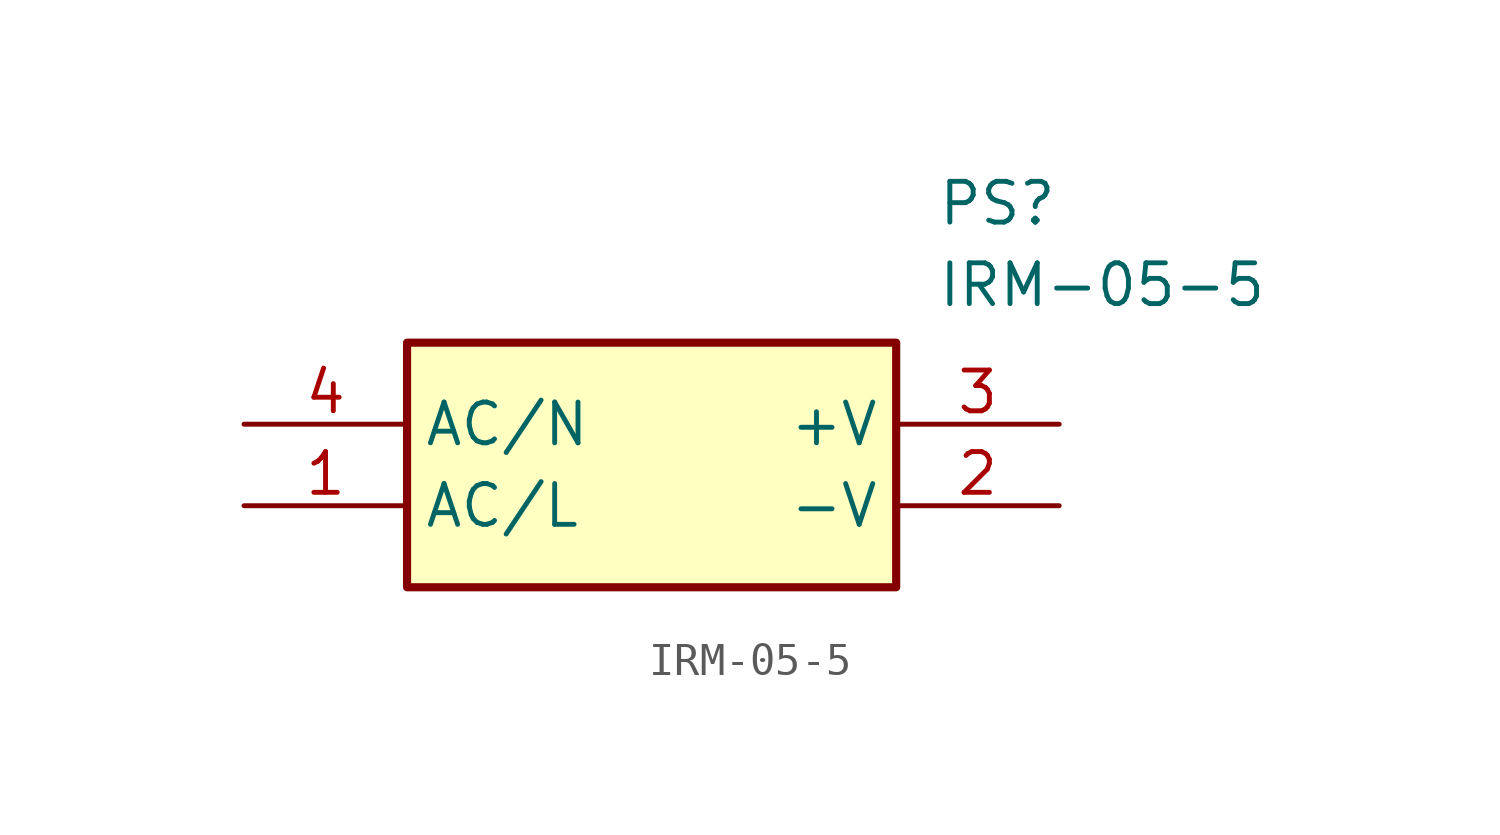
<source format=kicad_sym>
(kicad_symbol_lib
  (version 20211014)
  (generator SamacSys_ECAD_Model)
  (symbol "IRM-05-5"
    (property "Reference" "PS"
      (at 21.59 7.62 0)
      (effects (font (size 1.27 1.27)) (justify left top)))
    (property "Value" "IRM-05-5"
      (at 21.59 5.08 0)
      (effects (font (size 1.27 1.27)) (justify left top)))
    (rectangle
      (start 5.08 2.54)
      (end 20.32 -5.08)
      (stroke (width 0.254) (type default))
      (fill (type background)))
    (pin passive line
      (at 0 -2.54 0)
      (length 5.08)
      (name "AC/L" (effects (font (size 1.27 1.27))))
      (number "1" (effects (font (size 1.27 1.27)))))
    (pin passive line
      (at 25.4 -2.54 180)
      (length 5.08)
      (name "-V" (effects (font (size 1.27 1.27))))
      (number "2" (effects (font (size 1.27 1.27)))))
    (pin passive line
      (at 25.4 0 180)
      (length 5.08)
      (name "+V" (effects (font (size 1.27 1.27))))
      (number "3" (effects (font (size 1.27 1.27)))))
    (pin passive line
      (at 0 0 0)
      (length 5.08)
      (name "AC/N" (effects (font (size 1.27 1.27))))
      (number "4" (effects (font (size 1.27 1.27)))))))
</source>
